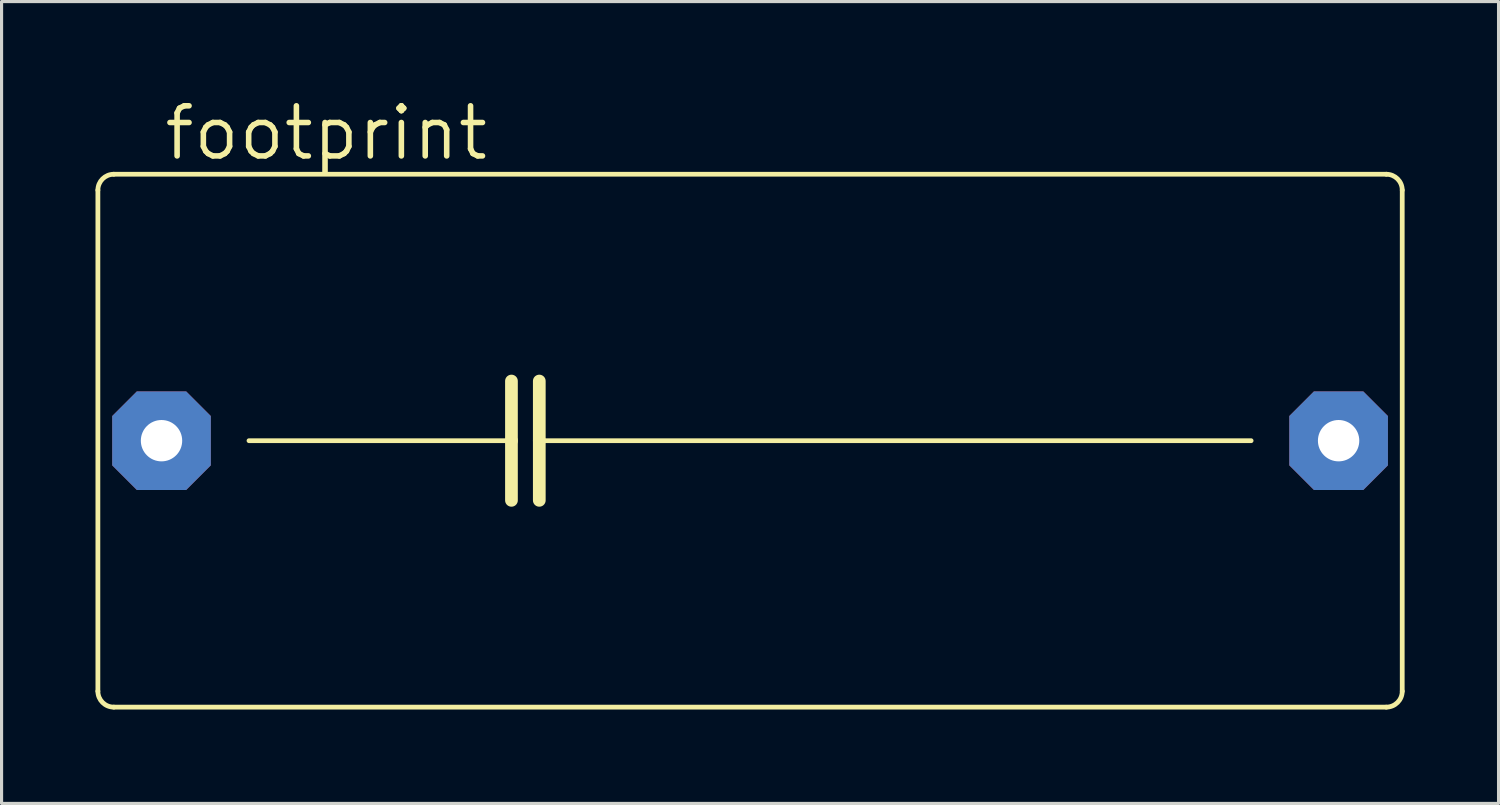
<source format=kicad_pcb>
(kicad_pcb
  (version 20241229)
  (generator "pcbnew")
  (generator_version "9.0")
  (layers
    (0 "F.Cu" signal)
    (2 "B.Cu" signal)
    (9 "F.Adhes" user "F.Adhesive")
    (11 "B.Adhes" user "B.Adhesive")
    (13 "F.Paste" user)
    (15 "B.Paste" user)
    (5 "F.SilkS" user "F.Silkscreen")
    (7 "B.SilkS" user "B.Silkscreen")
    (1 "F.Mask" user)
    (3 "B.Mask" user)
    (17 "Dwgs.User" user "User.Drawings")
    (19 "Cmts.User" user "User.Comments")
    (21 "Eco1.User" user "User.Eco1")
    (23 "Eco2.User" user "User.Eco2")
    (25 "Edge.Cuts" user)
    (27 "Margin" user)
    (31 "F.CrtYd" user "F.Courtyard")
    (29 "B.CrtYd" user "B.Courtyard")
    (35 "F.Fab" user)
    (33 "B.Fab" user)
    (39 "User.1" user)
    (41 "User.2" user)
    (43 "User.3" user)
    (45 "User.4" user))
  (footprint "footprint"
    (layer "F.Cu")
    (at 20.904 11.024)
    (property "Reference" "footprint" (at -18.796 -8.89 0) (layer "F.SilkS") (effects (font (size 1.6 1.6) (thickness 0.178)) (justify left bottom)))
    (fp_line (start -20.828 8.001) (end -20.828 -8.001) (stroke (width 0.152) (type solid)) (layer "F.SilkS"))
    (fp_line (start -20.32 -8.509) (end 20.32 -8.509) (stroke (width 0.152) (type solid)) (layer "F.SilkS"))
    (fp_line (start -16.002 0) (end -7.62 0) (stroke (width 0.152) (type solid)) (layer "F.SilkS"))
    (fp_line (start -7.62 -1.905) (end -7.62 0) (stroke (width 0.406) (type solid)) (layer "F.SilkS"))
    (fp_line (start -7.62 0) (end -7.62 1.905) (stroke (width 0.406) (type solid)) (layer "F.SilkS"))
    (fp_line (start -6.731 -1.905) (end -6.731 0) (stroke (width 0.406) (type solid)) (layer "F.SilkS"))
    (fp_line (start -6.731 0) (end -6.731 1.905) (stroke (width 0.406) (type solid)) (layer "F.SilkS"))
    (fp_line (start -6.731 0) (end 16.002 0) (stroke (width 0.152) (type solid)) (layer "F.SilkS"))
    (fp_line (start 20.32 8.509) (end -20.32 8.509) (stroke (width 0.152) (type solid)) (layer "F.SilkS"))
    (fp_line (start 20.828 -8.001) (end 20.828 8.001) (stroke (width 0.152) (type solid)) (layer "F.SilkS"))
    (fp_arc (start -20.828 -8.001) (mid -20.67921 -8.36021) (end -20.32 -8.509) (stroke (width 0.1524) (type solid)) (layer "F.SilkS"))
    (fp_arc (start -20.32 8.509) (mid -20.67921 8.36021) (end -20.828 8.001) (stroke (width 0.1524) (type solid)) (layer "F.SilkS"))
    (fp_arc (start 20.32 -8.509) (mid 20.67921 -8.36021) (end 20.828 -8.001) (stroke (width 0.1524) (type solid)) (layer "F.SilkS"))
    (fp_arc (start 20.828 8.001) (mid 20.67921 8.36021) (end 20.32 8.509) (stroke (width 0.1524) (type solid)) (layer "F.SilkS"))
    (pad "1" thru_hole roundrect (at -18.796 0) (size 3.15 3.15) (drill 1.321) (layers "*.Cu" "*.Mask") (roundrect_rratio 0.25) (chamfer_ratio 0.25) (chamfer top_left top_right bottom_left bottom_right))
    (pad "2" thru_hole roundrect (at 18.796 0) (size 3.15 3.15) (drill 1.321) (layers "*.Cu" "*.Mask") (roundrect_rratio 0.25) (chamfer_ratio 0.25) (chamfer top_left top_right bottom_left bottom_right)))
  (gr_rect
    (start -3 -3)
    (end 44.808 22.609)
    (stroke (width 0.1) (type default))
    (fill no)
    (layer "Edge.Cuts")))
</source>
